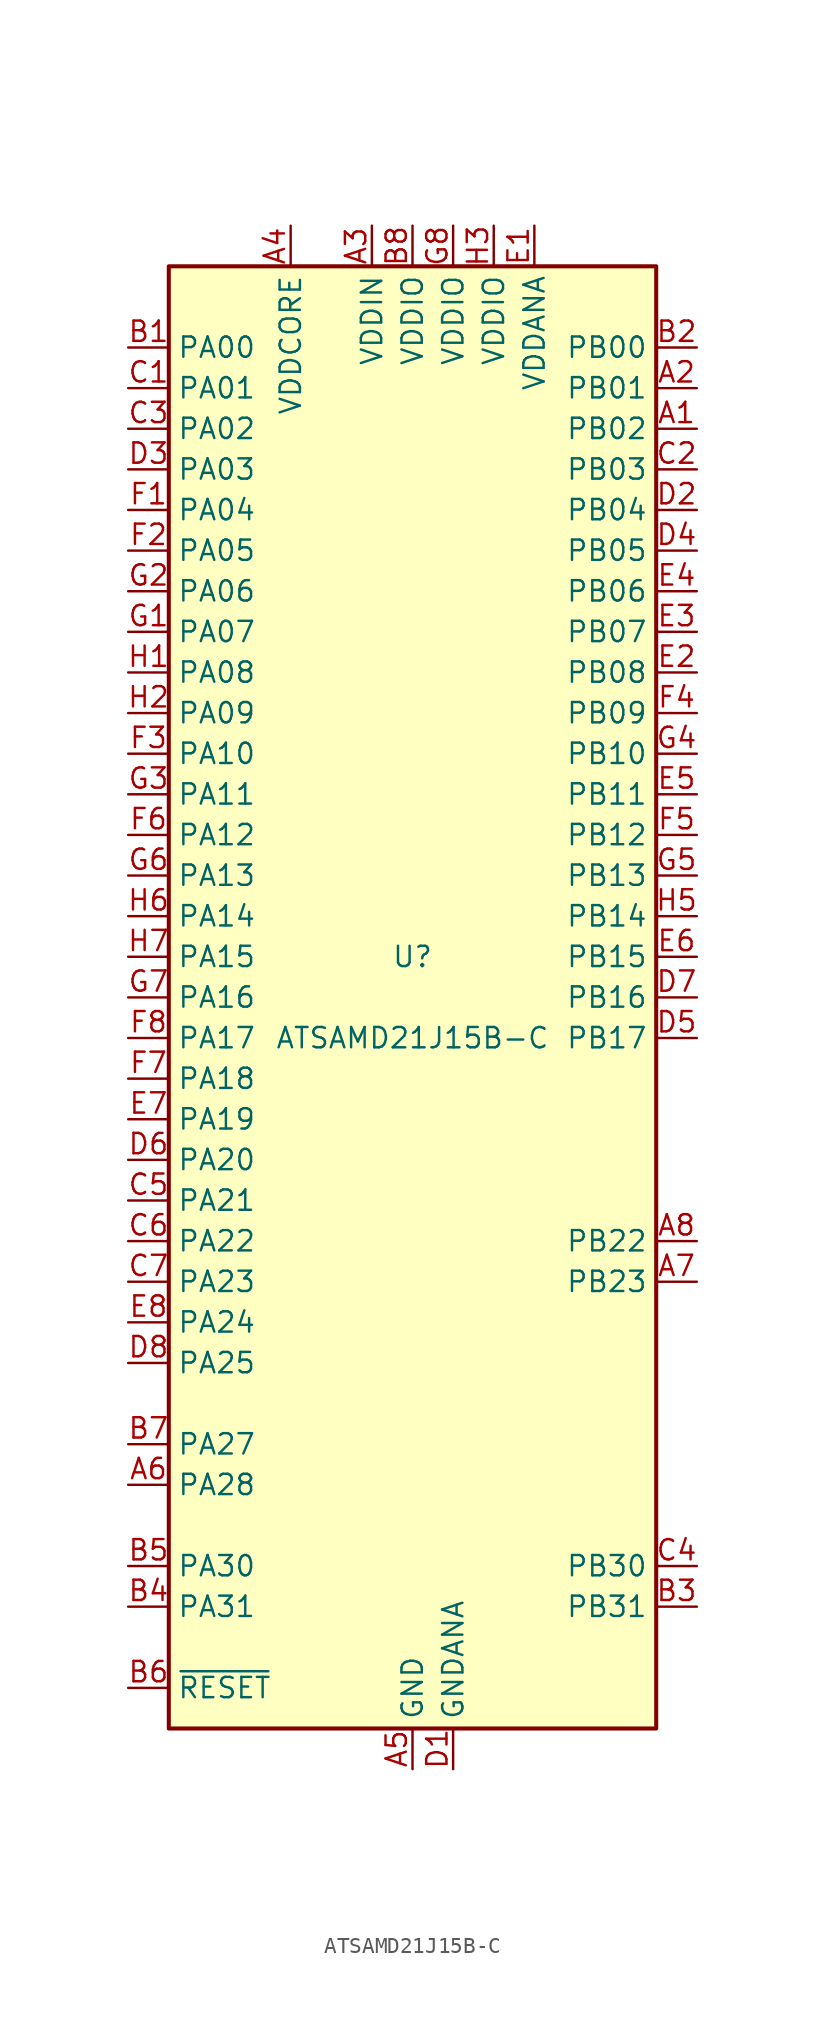
<source format=kicad_sym>
(kicad_symbol_lib
  (version 20231120)
  (generator "kicad_symbol_editor")
  (generator_version "8.0")
  (symbol "ATSAMD21J15B-C"
    (property "Reference" "U"
      (at 0 2.54 0)
      (effects (font (size 1.27 1.27))))
    (property "Value" "ATSAMD21J15B-C"
      (at 0 -2.54 0)
      (effects (font (size 1.27 1.27))))
    (symbol "ATSAMD21J15B-C_0_1"
      (rectangle (start -15.24 45.72) (end 15.24 -45.72) (stroke (width 0.254) (type default)) (fill (type background))))
    (symbol "ATSAMD21J15B-C_1_1"
      (pin bidirectional line (at 17.78 35.56 180) (length 2.54) (name "PB02" (effects (font (size 1.27 1.27)))) (number "A1" (effects (font (size 1.27 1.27)))))
      (pin bidirectional line (at 17.78 38.1 180) (length 2.54) (name "PB01" (effects (font (size 1.27 1.27)))) (number "A2" (effects (font (size 1.27 1.27)))))
      (pin power_in line (at -2.54 48.26 270) (length 2.54) (name "VDDIN" (effects (font (size 1.27 1.27)))) (number "A3" (effects (font (size 1.27 1.27)))))
      (pin power_out line (at -7.62 48.26 270) (length 2.54) (name "VDDCORE" (effects (font (size 1.27 1.27)))) (number "A4" (effects (font (size 1.27 1.27)))))
      (pin power_in line (at 0 -48.26 90) (length 2.54) (name "GND" (effects (font (size 1.27 1.27)))) (number "A5" (effects (font (size 1.27 1.27)))))
      (pin bidirectional line (at -17.78 -30.48 0) (length 2.54) (name "PA28" (effects (font (size 1.27 1.27)))) (number "A6" (effects (font (size 1.27 1.27)))))
      (pin bidirectional line (at 17.78 -17.78 180) (length 2.54) (name "PB23" (effects (font (size 1.27 1.27)))) (number "A7" (effects (font (size 1.27 1.27)))))
      (pin bidirectional line (at 17.78 -15.24 180) (length 2.54) (name "PB22" (effects (font (size 1.27 1.27)))) (number "A8" (effects (font (size 1.27 1.27)))))
      (pin bidirectional line (at -17.78 40.64 0) (length 2.54) (name "PA00" (effects (font (size 1.27 1.27)))) (number "B1" (effects (font (size 1.27 1.27)))))
      (pin bidirectional line (at 17.78 40.64 180) (length 2.54) (name "PB00" (effects (font (size 1.27 1.27)))) (number "B2" (effects (font (size 1.27 1.27)))))
      (pin bidirectional line (at 17.78 -38.1 180) (length 2.54) (name "PB31" (effects (font (size 1.27 1.27)))) (number "B3" (effects (font (size 1.27 1.27)))))
      (pin bidirectional line (at -17.78 -38.1 0) (length 2.54) (name "PA31" (effects (font (size 1.27 1.27)))) (number "B4" (effects (font (size 1.27 1.27)))))
      (pin bidirectional line (at -17.78 -35.56 0) (length 2.54) (name "PA30" (effects (font (size 1.27 1.27)))) (number "B5" (effects (font (size 1.27 1.27)))))
      (pin input line (at -17.78 -43.18 0) (length 2.54) (name "~{RESET}" (effects (font (size 1.27 1.27)))) (number "B6" (effects (font (size 1.27 1.27)))))
      (pin bidirectional line (at -17.78 -27.94 0) (length 2.54) (name "PA27" (effects (font (size 1.27 1.27)))) (number "B7" (effects (font (size 1.27 1.27)))))
      (pin power_in line (at 0 48.26 270) (length 2.54) (name "VDDIO" (effects (font (size 1.27 1.27)))) (number "B8" (effects (font (size 1.27 1.27)))))
      (pin bidirectional line (at -17.78 38.1 0) (length 2.54) (name "PA01" (effects (font (size 1.27 1.27)))) (number "C1" (effects (font (size 1.27 1.27)))))
      (pin bidirectional line (at 17.78 33.02 180) (length 2.54) (name "PB03" (effects (font (size 1.27 1.27)))) (number "C2" (effects (font (size 1.27 1.27)))))
      (pin bidirectional line (at -17.78 35.56 0) (length 2.54) (name "PA02" (effects (font (size 1.27 1.27)))) (number "C3" (effects (font (size 1.27 1.27)))))
      (pin bidirectional line (at 17.78 -35.56 180) (length 2.54) (name "PB30" (effects (font (size 1.27 1.27)))) (number "C4" (effects (font (size 1.27 1.27)))))
      (pin bidirectional line (at -17.78 -12.7 0) (length 2.54) (name "PA21" (effects (font (size 1.27 1.27)))) (number "C5" (effects (font (size 1.27 1.27)))))
      (pin bidirectional line (at -17.78 -15.24 0) (length 2.54) (name "PA22" (effects (font (size 1.27 1.27)))) (number "C6" (effects (font (size 1.27 1.27)))))
      (pin bidirectional line (at -17.78 -17.78 0) (length 2.54) (name "PA23" (effects (font (size 1.27 1.27)))) (number "C7" (effects (font (size 1.27 1.27)))))
      (pin passive line (at 0 -48.26 90) (length 2.54) hide (name "GND" (effects (font (size 1.27 1.27)))) (number "C8" (effects (font (size 1.27 1.27)))))
      (pin power_in line (at 2.54 -48.26 90) (length 2.54) (name "GNDANA" (effects (font (size 1.27 1.27)))) (number "D1" (effects (font (size 1.27 1.27)))))
      (pin bidirectional line (at 17.78 30.48 180) (length 2.54) (name "PB04" (effects (font (size 1.27 1.27)))) (number "D2" (effects (font (size 1.27 1.27)))))
      (pin bidirectional line (at -17.78 33.02 0) (length 2.54) (name "PA03" (effects (font (size 1.27 1.27)))) (number "D3" (effects (font (size 1.27 1.27)))))
      (pin bidirectional line (at 17.78 27.94 180) (length 2.54) (name "PB05" (effects (font (size 1.27 1.27)))) (number "D4" (effects (font (size 1.27 1.27)))))
      (pin bidirectional line (at 17.78 -2.54 180) (length 2.54) (name "PB17" (effects (font (size 1.27 1.27)))) (number "D5" (effects (font (size 1.27 1.27)))))
      (pin bidirectional line (at -17.78 -10.16 0) (length 2.54) (name "PA20" (effects (font (size 1.27 1.27)))) (number "D6" (effects (font (size 1.27 1.27)))))
      (pin bidirectional line (at 17.78 0 180) (length 2.54) (name "PB16" (effects (font (size 1.27 1.27)))) (number "D7" (effects (font (size 1.27 1.27)))))
      (pin bidirectional line (at -17.78 -22.86 0) (length 2.54) (name "PA25" (effects (font (size 1.27 1.27)))) (number "D8" (effects (font (size 1.27 1.27)))))
      (pin power_in line (at 7.62 48.26 270) (length 2.54) (name "VDDANA" (effects (font (size 1.27 1.27)))) (number "E1" (effects (font (size 1.27 1.27)))))
      (pin bidirectional line (at 17.78 20.32 180) (length 2.54) (name "PB08" (effects (font (size 1.27 1.27)))) (number "E2" (effects (font (size 1.27 1.27)))))
      (pin bidirectional line (at 17.78 22.86 180) (length 2.54) (name "PB07" (effects (font (size 1.27 1.27)))) (number "E3" (effects (font (size 1.27 1.27)))))
      (pin bidirectional line (at 17.78 25.4 180) (length 2.54) (name "PB06" (effects (font (size 1.27 1.27)))) (number "E4" (effects (font (size 1.27 1.27)))))
      (pin bidirectional line (at 17.78 12.7 180) (length 2.54) (name "PB11" (effects (font (size 1.27 1.27)))) (number "E5" (effects (font (size 1.27 1.27)))))
      (pin bidirectional line (at 17.78 2.54 180) (length 2.54) (name "PB15" (effects (font (size 1.27 1.27)))) (number "E6" (effects (font (size 1.27 1.27)))))
      (pin bidirectional line (at -17.78 -7.62 0) (length 2.54) (name "PA19" (effects (font (size 1.27 1.27)))) (number "E7" (effects (font (size 1.27 1.27)))))
      (pin bidirectional line (at -17.78 -20.32 0) (length 2.54) (name "PA24" (effects (font (size 1.27 1.27)))) (number "E8" (effects (font (size 1.27 1.27)))))
      (pin bidirectional line (at -17.78 30.48 0) (length 2.54) (name "PA04" (effects (font (size 1.27 1.27)))) (number "F1" (effects (font (size 1.27 1.27)))))
      (pin bidirectional line (at -17.78 27.94 0) (length 2.54) (name "PA05" (effects (font (size 1.27 1.27)))) (number "F2" (effects (font (size 1.27 1.27)))))
      (pin bidirectional line (at -17.78 15.24 0) (length 2.54) (name "PA10" (effects (font (size 1.27 1.27)))) (number "F3" (effects (font (size 1.27 1.27)))))
      (pin bidirectional line (at 17.78 17.78 180) (length 2.54) (name "PB09" (effects (font (size 1.27 1.27)))) (number "F4" (effects (font (size 1.27 1.27)))))
      (pin bidirectional line (at 17.78 10.16 180) (length 2.54) (name "PB12" (effects (font (size 1.27 1.27)))) (number "F5" (effects (font (size 1.27 1.27)))))
      (pin bidirectional line (at -17.78 10.16 0) (length 2.54) (name "PA12" (effects (font (size 1.27 1.27)))) (number "F6" (effects (font (size 1.27 1.27)))))
      (pin bidirectional line (at -17.78 -5.08 0) (length 2.54) (name "PA18" (effects (font (size 1.27 1.27)))) (number "F7" (effects (font (size 1.27 1.27)))))
      (pin bidirectional line (at -17.78 -2.54 0) (length 2.54) (name "PA17" (effects (font (size 1.27 1.27)))) (number "F8" (effects (font (size 1.27 1.27)))))
      (pin bidirectional line (at -17.78 22.86 0) (length 2.54) (name "PA07" (effects (font (size 1.27 1.27)))) (number "G1" (effects (font (size 1.27 1.27)))))
      (pin bidirectional line (at -17.78 25.4 0) (length 2.54) (name "PA06" (effects (font (size 1.27 1.27)))) (number "G2" (effects (font (size 1.27 1.27)))))
      (pin bidirectional line (at -17.78 12.7 0) (length 2.54) (name "PA11" (effects (font (size 1.27 1.27)))) (number "G3" (effects (font (size 1.27 1.27)))))
      (pin bidirectional line (at 17.78 15.24 180) (length 2.54) (name "PB10" (effects (font (size 1.27 1.27)))) (number "G4" (effects (font (size 1.27 1.27)))))
      (pin bidirectional line (at 17.78 7.62 180) (length 2.54) (name "PB13" (effects (font (size 1.27 1.27)))) (number "G5" (effects (font (size 1.27 1.27)))))
      (pin bidirectional line (at -17.78 7.62 0) (length 2.54) (name "PA13" (effects (font (size 1.27 1.27)))) (number "G6" (effects (font (size 1.27 1.27)))))
      (pin bidirectional line (at -17.78 0 0) (length 2.54) (name "PA16" (effects (font (size 1.27 1.27)))) (number "G7" (effects (font (size 1.27 1.27)))))
      (pin power_in line (at 2.54 48.26 270) (length 2.54) (name "VDDIO" (effects (font (size 1.27 1.27)))) (number "G8" (effects (font (size 1.27 1.27)))))
      (pin bidirectional line (at -17.78 20.32 0) (length 2.54) (name "PA08" (effects (font (size 1.27 1.27)))) (number "H1" (effects (font (size 1.27 1.27)))))
      (pin bidirectional line (at -17.78 17.78 0) (length 2.54) (name "PA09" (effects (font (size 1.27 1.27)))) (number "H2" (effects (font (size 1.27 1.27)))))
      (pin power_in line (at 5.08 48.26 270) (length 2.54) (name "VDDIO" (effects (font (size 1.27 1.27)))) (number "H3" (effects (font (size 1.27 1.27)))))
      (pin passive line (at 0 -48.26 90) (length 2.54) hide (name "GND" (effects (font (size 1.27 1.27)))) (number "H4" (effects (font (size 1.27 1.27)))))
      (pin bidirectional line (at 17.78 5.08 180) (length 2.54) (name "PB14" (effects (font (size 1.27 1.27)))) (number "H5" (effects (font (size 1.27 1.27)))))
      (pin bidirectional line (at -17.78 5.08 0) (length 2.54) (name "PA14" (effects (font (size 1.27 1.27)))) (number "H6" (effects (font (size 1.27 1.27)))))
      (pin bidirectional line (at -17.78 2.54 0) (length 2.54) (name "PA15" (effects (font (size 1.27 1.27)))) (number "H7" (effects (font (size 1.27 1.27)))))
      (pin passive line (at 0 -48.26 90) (length 2.54) hide (name "GND" (effects (font (size 1.27 1.27)))) (number "H8" (effects (font (size 1.27 1.27))))))))
</source>
